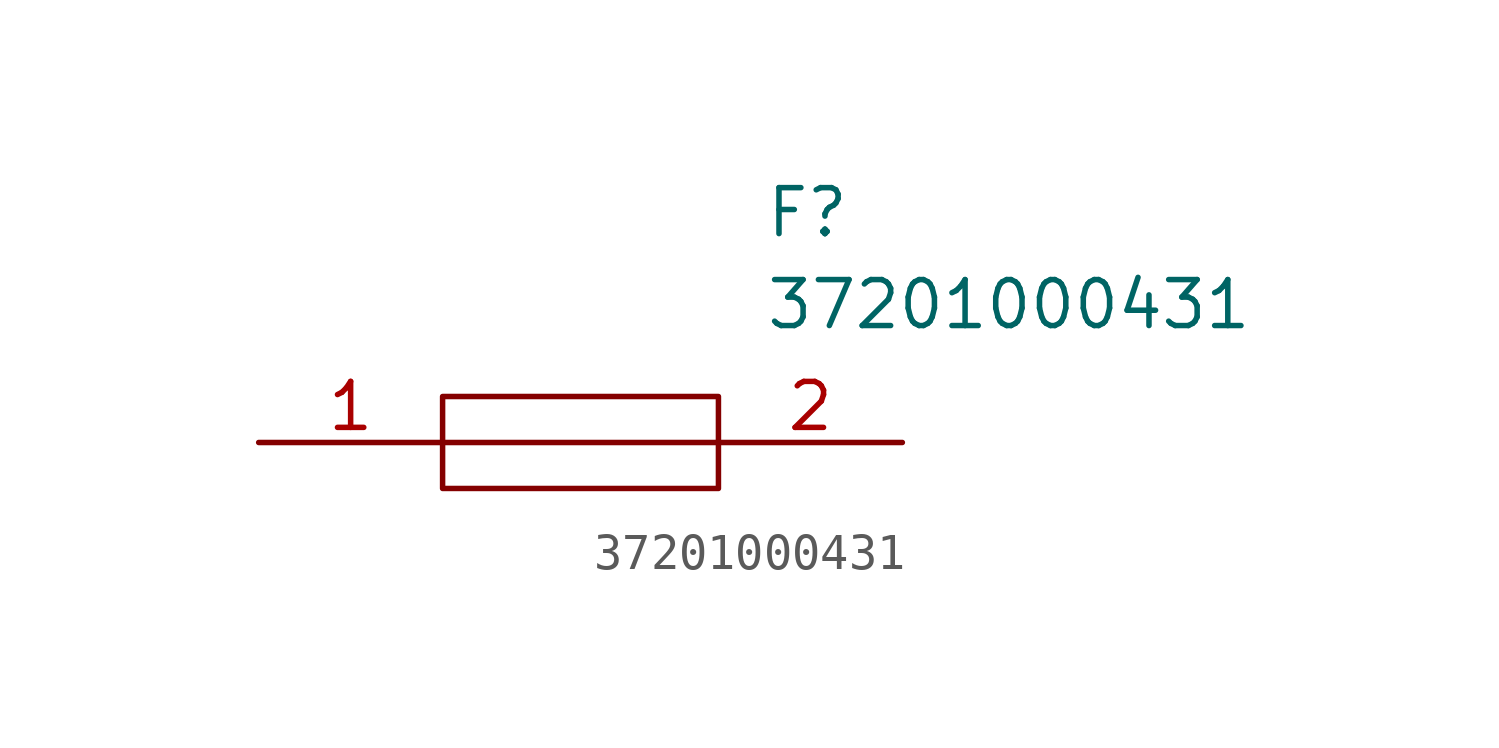
<source format=kicad_sym>
(kicad_symbol_lib
  (version 20211014)
  (generator kicad_symbol_editor)
  (symbol "37201000431"
    (pin_names
      (offset 0.762))
    (property "Reference" "F"
      (at 13.97 6.35 0)
      (effects (font (size 1.27 1.27)) (justify left)))
    (property "Value" "37201000431"
      (at 13.97 3.81 0)
      (effects (font (size 1.27 1.27)) (justify left)))
    (symbol "37201000431_0_0"
      (pin passive line (at 0 0 0) (length 5.08) (name "~" (effects (font (size 1.27 1.27)))) (number "1" (effects (font (size 1.27 1.27)))))
      (pin passive line (at 17.78 0 180) (length 5.08) (name "~" (effects (font (size 1.27 1.27)))) (number "2" (effects (font (size 1.27 1.27))))))
    (symbol "37201000431_0_1"
      (polyline (pts (xy 5.08 0) (xy 12.7 0)) (stroke (width 0.152) (type default) (color 0 0 0 0)) (fill (type none)))
      (polyline (pts (xy 5.08 1.27) (xy 12.7 1.27) (xy 12.7 -1.27) (xy 5.08 -1.27) (xy 5.08 1.27)) (stroke (width 0.152) (type default) (color 0 0 0 0)) (fill (type none))))))
</source>
